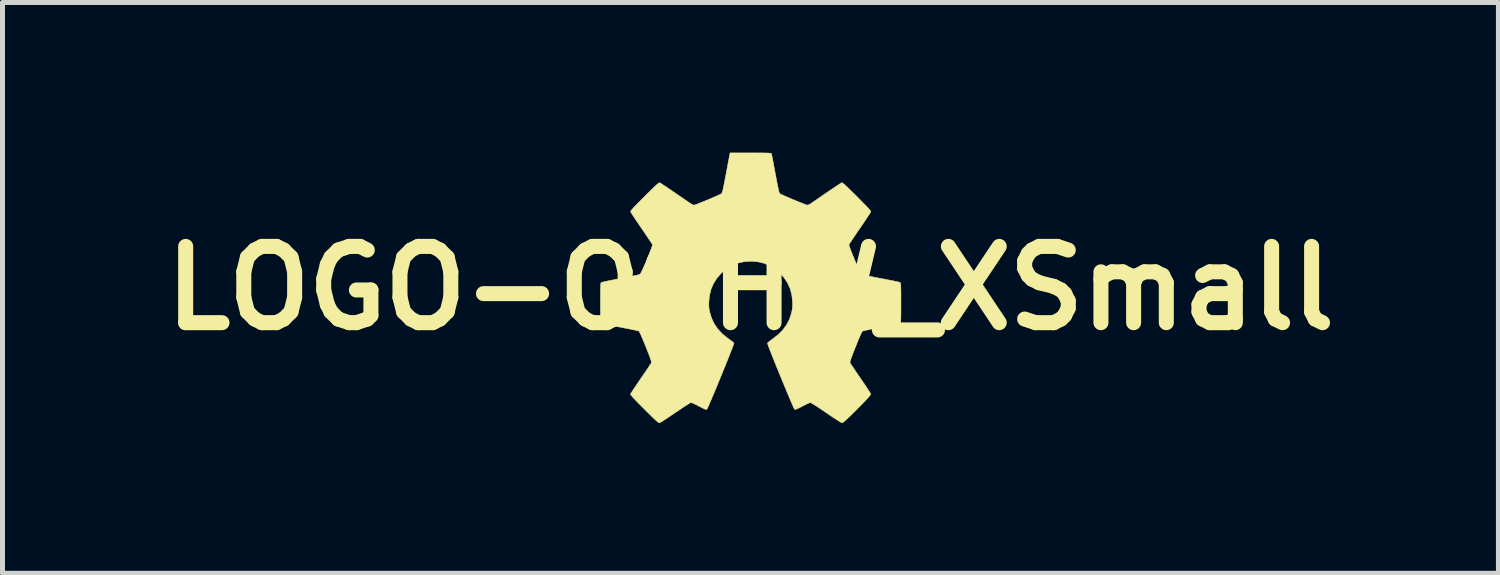
<source format=kicad_pcb>
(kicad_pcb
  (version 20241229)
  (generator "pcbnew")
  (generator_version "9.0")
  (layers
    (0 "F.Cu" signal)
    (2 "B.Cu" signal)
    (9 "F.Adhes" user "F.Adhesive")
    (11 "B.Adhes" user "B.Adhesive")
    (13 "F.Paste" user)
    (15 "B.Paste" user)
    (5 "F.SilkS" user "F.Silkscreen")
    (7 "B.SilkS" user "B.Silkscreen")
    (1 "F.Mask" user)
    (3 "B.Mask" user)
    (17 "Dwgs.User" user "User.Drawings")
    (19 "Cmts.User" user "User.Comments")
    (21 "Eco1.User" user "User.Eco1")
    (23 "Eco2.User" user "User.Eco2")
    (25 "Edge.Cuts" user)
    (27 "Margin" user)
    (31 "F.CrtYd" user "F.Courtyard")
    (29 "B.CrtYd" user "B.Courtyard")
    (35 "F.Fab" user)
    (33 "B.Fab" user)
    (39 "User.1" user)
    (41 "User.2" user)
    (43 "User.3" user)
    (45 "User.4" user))
  (footprint "LOGO-OSHW_XSmall"
    (layer "F.Cu")
    (at 11.945 2.708)
    (property "Reference" "LOGO-OSHW_XSmall" (at 0 0 0) (layer "F.SilkS") (effects (font (size 1.524 1.524) (thickness 0.3))))
    (attr through_hole)
    (fp_poly (pts (xy 0.107 -2.703) (xy 0.191 -2.702) (xy 0.258 -2.702) (xy 0.311 -2.701) (xy 0.35 -2.7) (xy 0.379 -2.698) (xy 0.399 -2.696) (xy 0.411 -2.694) (xy 0.417 -2.69) (xy 0.42 -2.686) (xy 0.421 -2.685) (xy 0.424 -2.671) (xy 0.43 -2.64) (xy 0.439 -2.593) (xy 0.451 -2.533) (xy 0.464 -2.462) (xy 0.479 -2.383) (xy 0.495 -2.298) (xy 0.497 -2.287) (xy 0.517 -2.182) (xy 0.533 -2.097) (xy 0.547 -2.028) (xy 0.559 -1.975) (xy 0.568 -1.936) (xy 0.576 -1.909) (xy 0.583 -1.893) (xy 0.586 -1.889) (xy 0.599 -1.881) (xy 0.628 -1.868) (xy 0.67 -1.849) (xy 0.722 -1.826) (xy 0.781 -1.801) (xy 0.843 -1.774) (xy 0.906 -1.748) (xy 0.967 -1.723) (xy 1.023 -1.701) (xy 1.071 -1.682) (xy 1.107 -1.668) (xy 1.129 -1.661) (xy 1.13 -1.661) (xy 1.15 -1.661) (xy 1.177 -1.672) (xy 1.21 -1.693) (xy 1.232 -1.708) (xy 1.268 -1.733) (xy 1.316 -1.766) (xy 1.373 -1.805) (xy 1.437 -1.848) (xy 1.504 -1.895) (xy 1.534 -1.915) (xy 1.6 -1.96) (xy 1.662 -2.002) (xy 1.717 -2.039) (xy 1.762 -2.069) (xy 1.797 -2.091) (xy 1.818 -2.104) (xy 1.823 -2.107) (xy 1.83 -2.106) (xy 1.842 -2.1) (xy 1.86 -2.087) (xy 1.885 -2.066) (xy 1.918 -2.035) (xy 1.961 -1.994) (xy 2.015 -1.942) (xy 2.081 -1.877) (xy 2.126 -1.832) (xy 2.201 -1.756) (xy 2.263 -1.693) (xy 2.313 -1.642) (xy 2.35 -1.602) (xy 2.377 -1.572) (xy 2.395 -1.55) (xy 2.404 -1.536) (xy 2.405 -1.529) (xy 2.398 -1.516) (xy 2.382 -1.489) (xy 2.356 -1.449) (xy 2.322 -1.398) (xy 2.283 -1.338) (xy 2.238 -1.272) (xy 2.189 -1.201) (xy 2.188 -1.199) (xy 2.139 -1.128) (xy 2.094 -1.061) (xy 2.054 -1.002) (xy 2.02 -0.951) (xy 1.993 -0.911) (xy 1.975 -0.883) (xy 1.968 -0.87) (xy 1.968 -0.87) (xy 1.97 -0.856) (xy 1.979 -0.826) (xy 1.994 -0.784) (xy 2.014 -0.732) (xy 2.038 -0.672) (xy 2.064 -0.609) (xy 2.091 -0.543) (xy 2.118 -0.48) (xy 2.144 -0.42) (xy 2.168 -0.368) (xy 2.189 -0.325) (xy 2.204 -0.295) (xy 2.213 -0.282) (xy 2.224 -0.276) (xy 2.247 -0.268) (xy 2.284 -0.259) (xy 2.335 -0.247) (xy 2.402 -0.233) (xy 2.486 -0.217) (xy 2.589 -0.197) (xy 2.603 -0.195) (xy 2.688 -0.179) (xy 2.767 -0.163) (xy 2.838 -0.149) (xy 2.898 -0.136) (xy 2.945 -0.126) (xy 2.977 -0.117) (xy 2.991 -0.112) (xy 2.992 -0.112) (xy 2.996 -0.107) (xy 2.999 -0.097) (xy 3.002 -0.08) (xy 3.004 -0.055) (xy 3.005 -0.02) (xy 3.006 0.027) (xy 3.007 0.089) (xy 3.007 0.167) (xy 3.007 0.262) (xy 3.007 0.295) (xy 3.007 0.398) (xy 3.007 0.482) (xy 3.006 0.55) (xy 3.005 0.603) (xy 3.003 0.642) (xy 3.001 0.67) (xy 2.999 0.687) (xy 2.995 0.697) (xy 2.993 0.7) (xy 2.98 0.704) (xy 2.95 0.712) (xy 2.904 0.722) (xy 2.845 0.735) (xy 2.776 0.748) (xy 2.698 0.764) (xy 2.62 0.778) (xy 2.536 0.794) (xy 2.459 0.809) (xy 2.389 0.823) (xy 2.33 0.836) (xy 2.284 0.846) (xy 2.253 0.854) (xy 2.24 0.858) (xy 2.229 0.872) (xy 2.212 0.906) (xy 2.188 0.959) (xy 2.157 1.031) (xy 2.12 1.122) (xy 2.1 1.172) (xy 2.066 1.256) (xy 2.04 1.324) (xy 2.02 1.377) (xy 2.005 1.417) (xy 1.996 1.447) (xy 1.991 1.468) (xy 1.989 1.482) (xy 1.991 1.492) (xy 1.992 1.496) (xy 2.001 1.509) (xy 2.019 1.538) (xy 2.047 1.578) (xy 2.081 1.63) (xy 2.121 1.689) (xy 2.166 1.755) (xy 2.203 1.808) (xy 2.249 1.876) (xy 2.293 1.94) (xy 2.331 1.998) (xy 2.362 2.046) (xy 2.386 2.083) (xy 2.401 2.108) (xy 2.406 2.116) (xy 2.4 2.128) (xy 2.381 2.152) (xy 2.352 2.186) (xy 2.313 2.228) (xy 2.268 2.277) (xy 2.217 2.33) (xy 2.162 2.386) (xy 2.106 2.442) (xy 2.051 2.497) (xy 1.998 2.549) (xy 1.949 2.595) (xy 1.906 2.635) (xy 1.871 2.665) (xy 1.846 2.685) (xy 1.833 2.692) (xy 1.833 2.692) (xy 1.82 2.687) (xy 1.792 2.671) (xy 1.752 2.646) (xy 1.701 2.613) (xy 1.642 2.575) (xy 1.576 2.531) (xy 1.515 2.489) (xy 1.446 2.442) (xy 1.381 2.399) (xy 1.323 2.36) (xy 1.273 2.329) (xy 1.234 2.305) (xy 1.208 2.29) (xy 1.198 2.286) (xy 1.181 2.291) (xy 1.151 2.303) (xy 1.11 2.322) (xy 1.062 2.346) (xy 1.035 2.36) (xy 0.982 2.388) (xy 0.943 2.407) (xy 0.916 2.418) (xy 0.899 2.423) (xy 0.888 2.423) (xy 0.88 2.418) (xy 0.873 2.405) (xy 0.859 2.376) (xy 0.839 2.331) (xy 0.814 2.273) (xy 0.785 2.205) (xy 0.752 2.127) (xy 0.716 2.041) (xy 0.678 1.95) (xy 0.639 1.855) (xy 0.599 1.758) (xy 0.56 1.662) (xy 0.521 1.567) (xy 0.484 1.476) (xy 0.45 1.391) (xy 0.419 1.313) (xy 0.392 1.244) (xy 0.37 1.186) (xy 0.354 1.142) (xy 0.343 1.112) (xy 0.34 1.1) (xy 0.34 1.1) (xy 0.351 1.087) (xy 0.374 1.066) (xy 0.408 1.04) (xy 0.448 1.011) (xy 0.449 1.011) (xy 0.558 0.925) (xy 0.649 0.833) (xy 0.722 0.733) (xy 0.778 0.625) (xy 0.817 0.506) (xy 0.824 0.478) (xy 0.834 0.428) (xy 0.84 0.384) (xy 0.842 0.338) (xy 0.841 0.282) (xy 0.84 0.259) (xy 0.825 0.128) (xy 0.792 0.006) (xy 0.741 -0.106) (xy 0.671 -0.212) (xy 0.596 -0.296) (xy 0.497 -0.382) (xy 0.39 -0.448) (xy 0.274 -0.497) (xy 0.15 -0.527) (xy 0.018 -0.538) (xy 0.005 -0.538) (xy -0.127 -0.529) (xy -0.252 -0.501) (xy -0.369 -0.454) (xy -0.477 -0.389) (xy -0.577 -0.305) (xy -0.586 -0.296) (xy -0.672 -0.197) (xy -0.739 -0.091) (xy -0.788 0.023) (xy -0.818 0.146) (xy -0.83 0.259) (xy -0.832 0.32) (xy -0.831 0.369) (xy -0.826 0.414) (xy -0.817 0.461) (xy -0.814 0.478) (xy -0.777 0.6) (xy -0.723 0.713) (xy -0.652 0.817) (xy -0.562 0.913) (xy -0.454 1.001) (xy -0.419 1.026) (xy -0.383 1.052) (xy -0.353 1.075) (xy -0.334 1.093) (xy -0.33 1.1) (xy -0.333 1.111) (xy -0.343 1.14) (xy -0.359 1.184) (xy -0.381 1.241) (xy -0.408 1.309) (xy -0.438 1.387) (xy -0.473 1.472) (xy -0.509 1.563) (xy -0.548 1.657) (xy -0.587 1.754) (xy -0.627 1.851) (xy -0.666 1.946) (xy -0.704 2.037) (xy -0.74 2.123) (xy -0.773 2.201) (xy -0.803 2.27) (xy -0.828 2.329) (xy -0.848 2.374) (xy -0.862 2.404) (xy -0.87 2.418) (xy -0.87 2.418) (xy -0.877 2.423) (xy -0.888 2.423) (xy -0.906 2.418) (xy -0.933 2.407) (xy -0.972 2.387) (xy -1.025 2.36) (xy -1.075 2.334) (xy -1.12 2.313) (xy -1.157 2.296) (xy -1.181 2.287) (xy -1.187 2.286) (xy -1.201 2.292) (xy -1.228 2.307) (xy -1.269 2.332) (xy -1.32 2.365) (xy -1.379 2.404) (xy -1.444 2.448) (xy -1.505 2.489) (xy -1.575 2.536) (xy -1.64 2.58) (xy -1.698 2.618) (xy -1.747 2.65) (xy -1.786 2.673) (xy -1.812 2.688) (xy -1.823 2.692) (xy -1.836 2.685) (xy -1.862 2.665) (xy -1.901 2.63) (xy -1.954 2.58) (xy -2.019 2.516) (xy -2.099 2.438) (xy -2.122 2.414) (xy -2.197 2.339) (xy -2.258 2.277) (xy -2.306 2.227) (xy -2.343 2.188) (xy -2.369 2.158) (xy -2.386 2.137) (xy -2.394 2.123) (xy -2.396 2.116) (xy -2.389 2.103) (xy -2.372 2.076) (xy -2.346 2.036) (xy -2.313 1.986) (xy -2.273 1.927) (xy -2.229 1.862) (xy -2.192 1.808) (xy -2.145 1.739) (xy -2.101 1.675) (xy -2.062 1.617) (xy -2.029 1.568) (xy -2.004 1.53) (xy -1.988 1.505) (xy -1.982 1.496) (xy -1.979 1.487) (xy -1.979 1.475) (xy -1.983 1.458) (xy -1.99 1.433) (xy -2.002 1.398) (xy -2.019 1.351) (xy -2.043 1.29) (xy -2.073 1.214) (xy -2.09 1.172) (xy -2.13 1.072) (xy -2.164 0.991) (xy -2.191 0.929) (xy -2.212 0.886) (xy -2.226 0.863) (xy -2.23 0.858) (xy -2.244 0.853) (xy -2.276 0.845) (xy -2.324 0.835) (xy -2.384 0.822) (xy -2.454 0.808) (xy -2.533 0.793) (xy -2.61 0.778) (xy -2.693 0.763) (xy -2.77 0.748) (xy -2.839 0.734) (xy -2.897 0.721) (xy -2.942 0.711) (xy -2.972 0.704) (xy -2.983 0.7) (xy -2.987 0.694) (xy -2.99 0.68) (xy -2.992 0.658) (xy -2.994 0.625) (xy -2.995 0.58) (xy -2.996 0.52) (xy -2.997 0.445) (xy -2.997 0.352) (xy -2.997 0.295) (xy -2.997 0.193) (xy -2.997 0.111) (xy -2.996 0.045) (xy -2.995 -0.007) (xy -2.994 -0.046) (xy -2.992 -0.074) (xy -2.99 -0.093) (xy -2.987 -0.104) (xy -2.983 -0.111) (xy -2.981 -0.112) (xy -2.968 -0.117) (xy -2.937 -0.125) (xy -2.891 -0.135) (xy -2.831 -0.148) (xy -2.761 -0.162) (xy -2.683 -0.178) (xy -2.598 -0.194) (xy -2.593 -0.195) (xy -2.488 -0.215) (xy -2.401 -0.232) (xy -2.332 -0.246) (xy -2.279 -0.257) (xy -2.241 -0.267) (xy -2.216 -0.275) (xy -2.204 -0.281) (xy -2.203 -0.282) (xy -2.193 -0.298) (xy -2.177 -0.329) (xy -2.156 -0.372) (xy -2.132 -0.425) (xy -2.106 -0.485) (xy -2.078 -0.549) (xy -2.051 -0.615) (xy -2.025 -0.678) (xy -2.002 -0.737) (xy -1.982 -0.789) (xy -1.968 -0.83) (xy -1.959 -0.858) (xy -1.957 -0.87) (xy -1.965 -0.882) (xy -1.982 -0.91) (xy -2.009 -0.95) (xy -2.043 -1) (xy -2.083 -1.06) (xy -2.128 -1.126) (xy -2.176 -1.197) (xy -2.178 -1.199) (xy -2.226 -1.27) (xy -2.271 -1.336) (xy -2.311 -1.396) (xy -2.345 -1.447) (xy -2.371 -1.488) (xy -2.388 -1.516) (xy -2.395 -1.529) (xy -2.395 -1.529) (xy -2.392 -1.538) (xy -2.382 -1.554) (xy -2.363 -1.577) (xy -2.334 -1.609) (xy -2.294 -1.651) (xy -2.243 -1.704) (xy -2.178 -1.769) (xy -2.116 -1.832) (xy -2.042 -1.905) (xy -1.981 -1.965) (xy -1.932 -2.012) (xy -1.893 -2.049) (xy -1.864 -2.075) (xy -1.842 -2.093) (xy -1.827 -2.103) (xy -1.817 -2.107) (xy -1.813 -2.107) (xy -1.8 -2.099) (xy -1.772 -2.082) (xy -1.733 -2.056) (xy -1.682 -2.023) (xy -1.624 -1.983) (xy -1.56 -1.94) (xy -1.524 -1.915) (xy -1.456 -1.868) (xy -1.39 -1.823) (xy -1.33 -1.782) (xy -1.277 -1.746) (xy -1.236 -1.717) (xy -1.207 -1.698) (xy -1.199 -1.693) (xy -1.164 -1.671) (xy -1.138 -1.661) (xy -1.119 -1.661) (xy -1.097 -1.668) (xy -1.061 -1.682) (xy -1.013 -1.7) (xy -0.957 -1.723) (xy -0.896 -1.748) (xy -0.833 -1.774) (xy -0.77 -1.801) (xy -0.712 -1.826) (xy -0.66 -1.849) (xy -0.618 -1.868) (xy -0.589 -1.882) (xy -0.576 -1.889) (xy -0.57 -1.899) (xy -0.563 -1.918) (xy -0.554 -1.949) (xy -0.544 -1.992) (xy -0.532 -2.05) (xy -0.517 -2.123) (xy -0.5 -2.214) (xy -0.487 -2.282) (xy -0.471 -2.368) (xy -0.456 -2.447) (xy -0.443 -2.519) (xy -0.431 -2.581) (xy -0.422 -2.629) (xy -0.415 -2.663) (xy -0.412 -2.679) (xy -0.412 -2.68) (xy -0.406 -2.703) (xy 0.005 -2.703) (xy 0.107 -2.703)) (stroke (width 0.01) (type solid)) (fill yes) (layer "F.SilkS")))
  (gr_rect
    (start -3 -3)
    (end 26.891 8.405)
    (stroke (width 0.1) (type default))
    (fill no)
    (layer "Edge.Cuts")))
</source>
